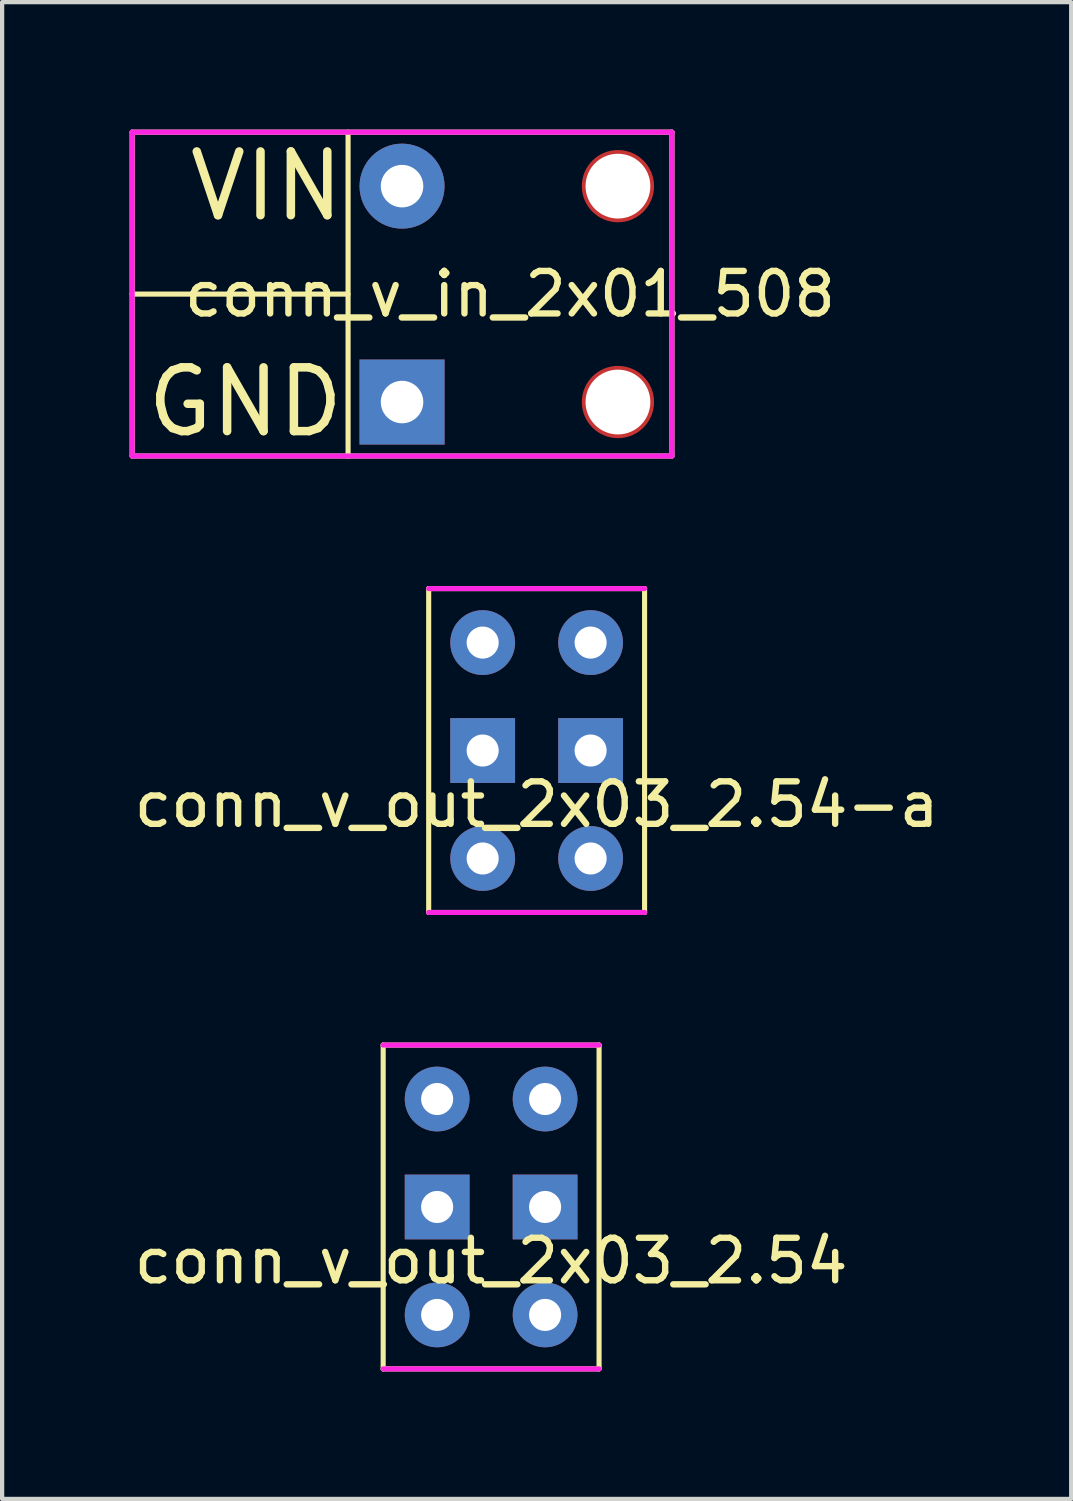
<source format=kicad_pcb>
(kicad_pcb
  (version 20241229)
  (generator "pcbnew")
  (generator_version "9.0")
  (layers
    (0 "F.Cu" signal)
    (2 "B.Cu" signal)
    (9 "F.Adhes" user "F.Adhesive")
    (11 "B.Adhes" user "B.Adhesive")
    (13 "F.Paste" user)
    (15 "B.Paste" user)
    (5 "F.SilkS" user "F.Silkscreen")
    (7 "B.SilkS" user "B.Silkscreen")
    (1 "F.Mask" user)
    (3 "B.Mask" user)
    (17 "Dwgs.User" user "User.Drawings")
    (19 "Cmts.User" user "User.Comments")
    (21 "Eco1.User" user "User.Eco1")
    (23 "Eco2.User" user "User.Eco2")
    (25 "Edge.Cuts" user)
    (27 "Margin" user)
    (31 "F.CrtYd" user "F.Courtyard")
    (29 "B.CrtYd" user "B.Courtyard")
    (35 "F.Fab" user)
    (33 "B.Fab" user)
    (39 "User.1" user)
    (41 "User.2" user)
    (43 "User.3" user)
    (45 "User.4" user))
  (footprint "conn_v_out_2x03_2.54"
    (layer "F.Cu")
    (at 7.236 25.35)
    (property "Reference" "conn_v_out_2x03_2.54" (at 1.27 1.27 0) (layer "F.SilkS") (effects (font (size 1 1) (thickness 0.15))))
    (attr through_hole)
    (fp_line (start -1.27 -3.81) (end 3.81 -3.81) (stroke (width 0.12) (type solid)) (layer "F.SilkS"))
    (fp_line (start -1.27 3.81) (end -1.27 -3.81) (stroke (width 0.12) (type solid)) (layer "F.SilkS"))
    (fp_line (start 3.81 -3.81) (end 3.81 3.81) (stroke (width 0.12) (type solid)) (layer "F.SilkS"))
    (fp_line (start 3.81 3.81) (end -1.27 3.81) (stroke (width 0.12) (type solid)) (layer "F.SilkS"))
    (fp_line (start -1.27 -3.81) (end 3.81 -3.81) (stroke (width 0.12) (type solid)) (layer "F.CrtYd"))
    (fp_line (start -1.27 3.81) (end 3.81 3.81) (stroke (width 0.12) (type solid)) (layer "F.CrtYd"))
    (pad "1" thru_hole circle (at 0 -2.54) (size 1.524 1.524) (drill 0.754) (layers "*.Mask" "F.Cu"))
    (pad "1" thru_hole rect (at 0 0) (size 1.524 1.524) (drill 0.754) (layers "*.Mask" "F.Cu"))
    (pad "1" thru_hole circle (at 0 2.54) (size 1.524 1.524) (drill 0.754) (layers "*.Mask" "F.Cu"))
    (pad "2" thru_hole circle (at 2.54 -2.54) (size 1.524 1.524) (drill 0.754) (layers "*.Mask" "F.Cu"))
    (pad "2" thru_hole rect (at 2.54 0) (size 1.524 1.524) (drill 0.754) (layers "*.Mask" "F.Cu"))
    (pad "2" thru_hole circle (at 2.54 2.54) (size 1.524 1.524) (drill 0.754) (layers "*.Mask" "F.Cu")))
  (footprint "conn_v_in_2x01_508"
    (layer "F.Cu")
    (at 6.41 6.41)
    (property "Reference" "conn_v_in_2x01_508" (at 2.54 -2.54 0) (layer "F.SilkS") (effects (font (size 1 1) (thickness 0.15))))
    (attr through_hole)
    (fp_line (start -6.35 -6.35) (end -6.35 1.27) (stroke (width 0.12) (type solid)) (layer "F.SilkS"))
    (fp_line (start -6.35 -2.54) (end -1.27 -2.54) (stroke (width 0.12) (type solid)) (layer "F.SilkS"))
    (fp_line (start -6.35 1.27) (end 6.35 1.27) (stroke (width 0.12) (type solid)) (layer "F.SilkS"))
    (fp_line (start -1.27 -6.35) (end -1.27 1.27) (stroke (width 0.12) (type solid)) (layer "F.SilkS"))
    (fp_line (start 6.35 -6.35) (end -6.35 -6.35) (stroke (width 0.12) (type solid)) (layer "F.SilkS"))
    (fp_line (start 6.35 -6.35) (end 6.35 1.27) (stroke (width 0.12) (type solid)) (layer "F.SilkS"))
    (fp_line (start -6.35 -6.35) (end -6.35 1.27) (stroke (width 0.12) (type solid)) (layer "F.CrtYd"))
    (fp_line (start 6.35 -6.35) (end -6.35 -6.35) (stroke (width 0.12) (type solid)) (layer "F.CrtYd"))
    (fp_line (start 6.35 -6.35) (end 6.35 1.27) (stroke (width 0.12) (type solid)) (layer "F.CrtYd"))
    (fp_line (start 6.35 1.27) (end -6.35 1.27) (stroke (width 0.12) (type solid)) (layer "F.CrtYd"))
    (fp_text user "VIN" (at -1.27 -5.08 0) (layer "F.SilkS") (effects (font (size 1.5 1.5) (thickness 0.2)) (justify right)))
    (fp_text user "GND" (at -1.27 0 0) (layer "F.SilkS") (effects (font (size 1.5 1.5) (thickness 0.2)) (justify right)))
    (pad "" np_thru_hole circle (at 5.08 -5.08) (size 1.7 1.7) (drill 1.524) (layers "*.Mask" "F.Cu"))
    (pad "" np_thru_hole circle (at 5.08 0) (size 1.7 1.7) (drill 1.524) (layers "*.Mask" "F.Cu"))
    (pad "1" thru_hole rect (at 0 0) (size 2 2) (drill 1) (layers "*.Mask" "F.Cu"))
    (pad "2" thru_hole circle (at 0 -5.08) (size 2 2) (drill 1) (layers "*.Mask" "F.Cu")))
  (footprint "conn_v_out_2x03_2.54-a"
    (layer "F.Cu")
    (at 8.307 14.61)
    (property "Reference" "conn_v_out_2x03_2.54-a" (at 1.27 1.27 0) (layer "F.SilkS") (effects (font (size 1 1) (thickness 0.15))))
    (attr through_hole)
    (fp_line (start -1.27 -3.81) (end 3.81 -3.81) (stroke (width 0.12) (type solid)) (layer "F.SilkS"))
    (fp_line (start -1.27 3.81) (end -1.27 -3.81) (stroke (width 0.12) (type solid)) (layer "F.SilkS"))
    (fp_line (start 3.81 -3.81) (end 3.81 3.81) (stroke (width 0.12) (type solid)) (layer "F.SilkS"))
    (fp_line (start 3.81 3.81) (end -1.27 3.81) (stroke (width 0.12) (type solid)) (layer "F.SilkS"))
    (fp_line (start -1.27 -3.81) (end 3.81 -3.81) (stroke (width 0.12) (type solid)) (layer "F.CrtYd"))
    (fp_line (start -1.27 3.81) (end 3.81 3.81) (stroke (width 0.12) (type solid)) (layer "F.CrtYd"))
    (pad "1" thru_hole circle (at 0 -2.54) (size 1.524 1.524) (drill 0.754) (layers "*.Mask" "F.Cu"))
    (pad "1" thru_hole rect (at 0 0) (size 1.524 1.524) (drill 0.754) (layers "*.Mask" "F.Cu"))
    (pad "1" thru_hole circle (at 0 2.54) (size 1.524 1.524) (drill 0.754) (layers "*.Mask" "F.Cu"))
    (pad "2" thru_hole circle (at 2.54 -2.54) (size 1.524 1.524) (drill 0.754) (layers "*.Mask" "F.Cu"))
    (pad "2" thru_hole rect (at 2.54 0) (size 1.524 1.524) (drill 0.754) (layers "*.Mask" "F.Cu"))
    (pad "2" thru_hole circle (at 2.54 2.54) (size 1.524 1.524) (drill 0.754) (layers "*.Mask" "F.Cu")))
  (gr_rect
    (start -3 -3)
    (end 22.155 32.22)
    (stroke (width 0.1) (type default))
    (fill no)
    (layer "Edge.Cuts")))
</source>
